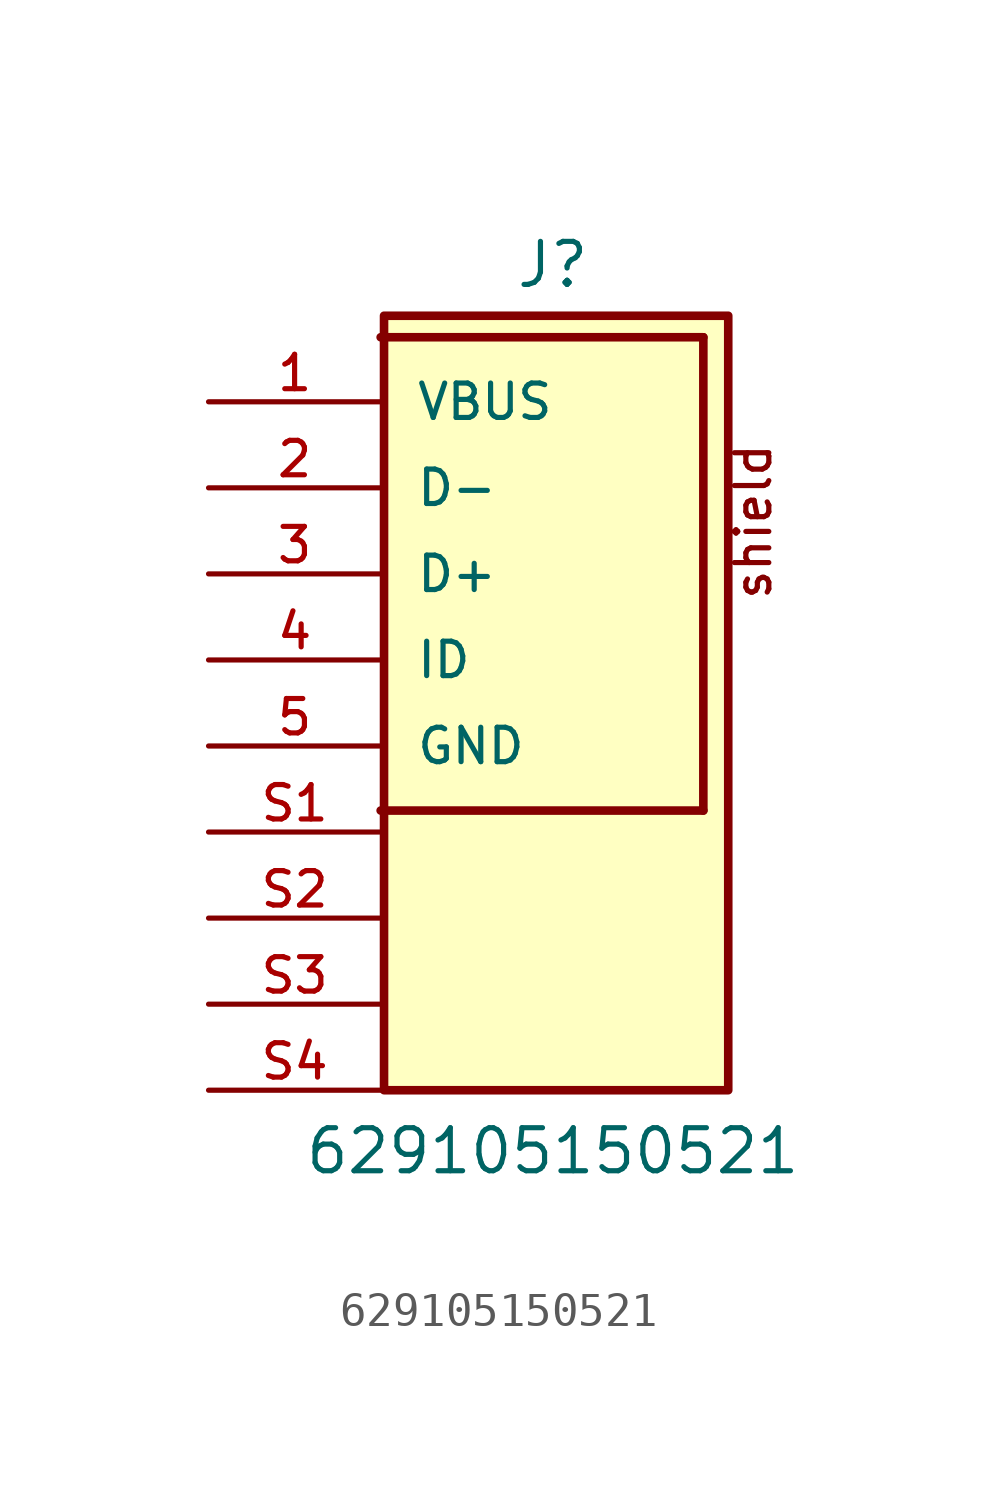
<source format=kicad_sym>
(kicad_symbol_lib
  (version 20211014)
  (generator kicad_symbol_editor)
  (symbol "629105150521"
    (pin_names
      (offset 1.016))
    (property "Reference" "J"
      (at 0.0 8.382 0)
      (effects (font (size 1.27 1.27)) (justify bottom)))
    (property "Value" "629105150521"
      (at 0.0 -17.78 0)
      (effects (font (size 1.27 1.27)) (justify bottom)))
    (symbol "629105150521_0_0"
      (polyline (pts (xy -5.08 6.985) (xy 4.445 6.985)) (stroke (width 0.254)))
      (polyline (pts (xy 4.445 -6.985) (xy -5.08 -6.985)) (stroke (width 0.254)))
      (polyline (pts (xy 4.445 6.985) (xy 4.445 -6.985)) (stroke (width 0.254)))
      (text "shield" (at 6.51 -0.83 900) (effects (font (size 1.016 1.016)) (justify bottom left)))
      (rectangle (start -4.98 -15.24) (end 5.18 7.62) (stroke (width 0.254)) (fill (type background)))
      (pin passive line (at -10.16 -5.08 0) (length 5.08) (name "GND" (effects (font (size 1.016 1.016)))) (number "5" (effects (font (size 1.016 1.016)))))
      (pin passive line (at -10.16 -2.54 0) (length 5.08) (name "ID" (effects (font (size 1.016 1.016)))) (number "4" (effects (font (size 1.016 1.016)))))
      (pin passive line (at -10.16 0.0 0) (length 5.08) (name "D+" (effects (font (size 1.016 1.016)))) (number "3" (effects (font (size 1.016 1.016)))))
      (pin passive line (at -10.16 2.54 0) (length 5.08) (name "D-" (effects (font (size 1.016 1.016)))) (number "2" (effects (font (size 1.016 1.016)))))
      (pin passive line (at -10.16 5.08 0) (length 5.08) (name "VBUS" (effects (font (size 1.016 1.016)))) (number "1" (effects (font (size 1.016 1.016)))))
      (pin passive line (at -10.16 -7.62 0) (length 5.08) (name "~" (effects (font (size 1.016 1.016)))) (number "S1" (effects (font (size 1.016 1.016)))))
      (pin passive line (at -10.16 -10.16 0) (length 5.08) (name "~" (effects (font (size 1.016 1.016)))) (number "S2" (effects (font (size 1.016 1.016)))))
      (pin passive line (at -10.16 -12.7 0) (length 5.08) (name "~" (effects (font (size 1.016 1.016)))) (number "S3" (effects (font (size 1.016 1.016)))))
      (pin passive line (at -10.16 -15.24 0) (length 5.08) (name "~" (effects (font (size 1.016 1.016)))) (number "S4" (effects (font (size 1.016 1.016))))))))
</source>
